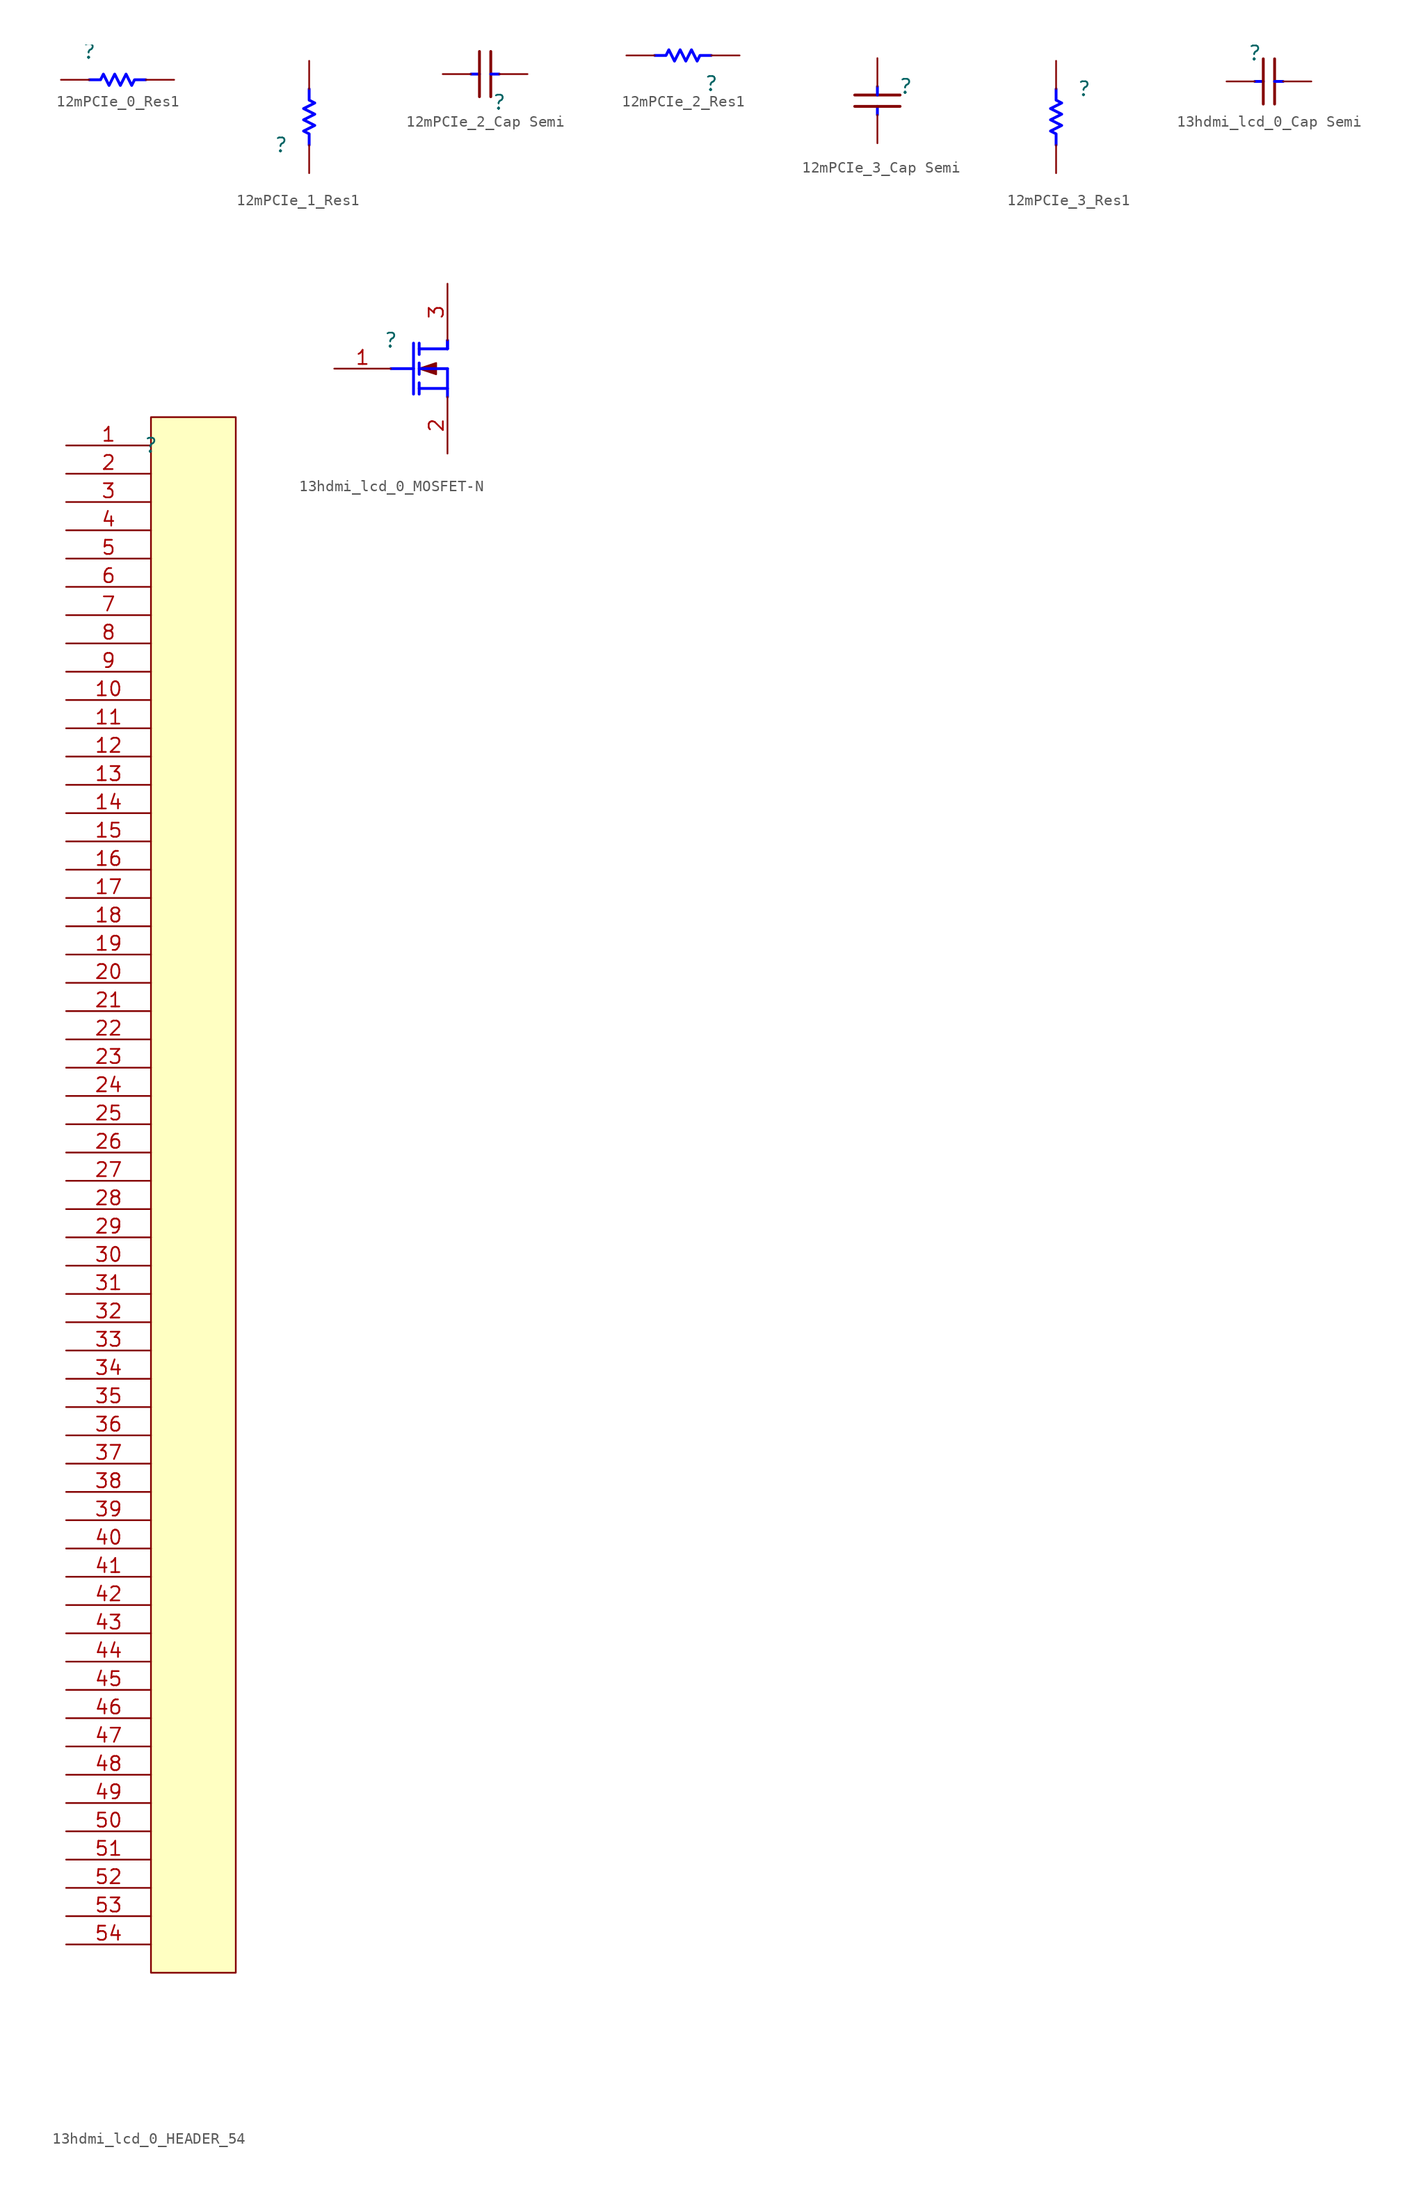
<source format=kicad_sym>
(kicad_symbol_lib
  (version 20220914)
  (generator kicad_symbol_editor)
  (symbol "12mPCIe_0_Res1"
    (property "Reference" ""
      (at 0 0 0)
      (effects (font (size 1.27 1.27))))
    (property "Value" ""
      (at 0 0 0)
      (effects (font (size 1.27 1.27))))
    (symbol "12mPCIe_0_Res1_1_0"
      (polyline (pts (xy 5.08 -2.54) (xy 4.064 -2.54) (xy 3.81 -3.048) (xy 3.302 -2.032) (xy 2.794 -3.048) (xy 2.286 -2.032) (xy 1.778 -3.048) (xy 1.27 -2.032) (xy 1.016 -2.54) (xy 0 -2.54)) (stroke (width 0.254) (type solid) (color 0 0 255 1)) (fill (type none)))
      (pin passive line (at -2.54 -2.54 0) (length 2.54) (name "1" (effects (font (size 0 0)))) (number "1" (effects (font (size 0 0)))))
      (pin passive line (at 7.62 -2.54 180) (length 2.54) (name "2" (effects (font (size 0 0)))) (number "2" (effects (font (size 0 0)))))))
  (symbol "12mPCIe_1_Res1"
    (property "Reference" ""
      (at 0 0 0)
      (effects (font (size 1.27 1.27))))
    (property "Value" ""
      (at 0 0 0)
      (effects (font (size 1.27 1.27))))
    (symbol "12mPCIe_1_Res1_1_0"
      (polyline (pts (xy 2.54 5.08) (xy 2.54 4.064) (xy 3.048 3.81) (xy 2.032 3.302) (xy 3.048 2.794) (xy 2.032 2.286) (xy 3.048 1.778) (xy 2.032 1.27) (xy 2.54 1.016) (xy 2.54 0)) (stroke (width 0.254) (type solid) (color 0 0 255 1)) (fill (type none)))
      (pin passive line (at 2.54 -2.54 90) (length 2.54) (name "1" (effects (font (size 0 0)))) (number "1" (effects (font (size 0 0)))))
      (pin passive line (at 2.54 7.62 270) (length 2.54) (name "2" (effects (font (size 0 0)))) (number "2" (effects (font (size 0 0)))))))
  (symbol "12mPCIe_2_Cap Semi"
    (property "Reference" ""
      (at 0 0 0)
      (effects (font (size 1.27 1.27))))
    (property "Value" ""
      (at 0 0 0)
      (effects (font (size 1.27 1.27))))
    (symbol "12mPCIe_2_Cap Semi_1_0"
      (polyline (pts (xy -2.54 2.54) (xy -1.778 2.54)) (stroke (width 0.254) (type solid) (color 0 0 255 1)) (fill (type none)))
      (polyline (pts (xy -1.778 0.508) (xy -1.778 4.572)) (stroke (width 0.254) (type solid)) (fill (type none)))
      (polyline (pts (xy -0.762 4.572) (xy -0.762 0.508)) (stroke (width 0.254) (type solid)) (fill (type none)))
      (polyline (pts (xy 0 2.54) (xy -0.762 2.54)) (stroke (width 0.254) (type solid) (color 0 0 255 1)) (fill (type none)))
      (pin passive line (at 2.54 2.54 180) (length 2.54) (name "1" (effects (font (size 0 0)))) (number "1" (effects (font (size 0 0)))))
      (pin passive line (at -5.08 2.54 0) (length 2.54) (name "2" (effects (font (size 0 0)))) (number "2" (effects (font (size 0 0)))))))
  (symbol "12mPCIe_2_Res1"
    (property "Reference" ""
      (at 0 0 0)
      (effects (font (size 1.27 1.27))))
    (property "Value" ""
      (at 0 0 0)
      (effects (font (size 1.27 1.27))))
    (symbol "12mPCIe_2_Res1_1_0"
      (polyline (pts (xy -5.08 2.54) (xy -4.064 2.54) (xy -3.81 3.048) (xy -3.302 2.032) (xy -2.794 3.048) (xy -2.286 2.032) (xy -1.778 3.048) (xy -1.27 2.032) (xy -1.016 2.54) (xy 0 2.54)) (stroke (width 0.254) (type solid) (color 0 0 255 1)) (fill (type none)))
      (pin passive line (at 2.54 2.54 180) (length 2.54) (name "1" (effects (font (size 0 0)))) (number "1" (effects (font (size 0 0)))))
      (pin passive line (at -7.62 2.54 0) (length 2.54) (name "2" (effects (font (size 0 0)))) (number "2" (effects (font (size 0 0)))))))
  (symbol "12mPCIe_3_Cap Semi"
    (property "Reference" ""
      (at 0 0 0)
      (effects (font (size 1.27 1.27))))
    (property "Value" ""
      (at 0 0 0)
      (effects (font (size 1.27 1.27))))
    (symbol "12mPCIe_3_Cap Semi_1_0"
      (polyline (pts (xy -4.572 -0.762) (xy -0.508 -0.762)) (stroke (width 0.254) (type solid)) (fill (type none)))
      (polyline (pts (xy -2.54 -2.54) (xy -2.54 -1.778)) (stroke (width 0.254) (type solid) (color 0 0 255 1)) (fill (type none)))
      (polyline (pts (xy -2.54 0) (xy -2.54 -0.762)) (stroke (width 0.254) (type solid) (color 0 0 255 1)) (fill (type none)))
      (polyline (pts (xy -0.508 -1.778) (xy -4.572 -1.778)) (stroke (width 0.254) (type solid)) (fill (type none)))
      (pin passive line (at -2.54 2.54 270) (length 2.54) (name "1" (effects (font (size 0 0)))) (number "1" (effects (font (size 0 0)))))
      (pin passive line (at -2.54 -5.08 90) (length 2.54) (name "2" (effects (font (size 0 0)))) (number "2" (effects (font (size 0 0)))))))
  (symbol "12mPCIe_3_Res1"
    (property "Reference" ""
      (at 0 0 0)
      (effects (font (size 1.27 1.27))))
    (property "Value" ""
      (at 0 0 0)
      (effects (font (size 1.27 1.27))))
    (symbol "12mPCIe_3_Res1_1_0"
      (polyline (pts (xy -2.54 -5.08) (xy -2.54 -4.064) (xy -3.048 -3.81) (xy -2.032 -3.302) (xy -3.048 -2.794) (xy -2.032 -2.286) (xy -3.048 -1.778) (xy -2.032 -1.27) (xy -2.54 -1.016) (xy -2.54 0)) (stroke (width 0.254) (type solid) (color 0 0 255 1)) (fill (type none)))
      (pin passive line (at -2.54 2.54 270) (length 2.54) (name "1" (effects (font (size 0 0)))) (number "1" (effects (font (size 0 0)))))
      (pin passive line (at -2.54 -7.62 90) (length 2.54) (name "2" (effects (font (size 0 0)))) (number "2" (effects (font (size 0 0)))))))
  (symbol "13hdmi_lcd_0_Cap Semi"
    (property "Reference" ""
      (at 0 0 0)
      (effects (font (size 1.27 1.27))))
    (property "Value" ""
      (at 0 0 0)
      (effects (font (size 1.27 1.27))))
    (symbol "13hdmi_lcd_0_Cap Semi_1_0"
      (polyline (pts (xy 0 -2.54) (xy 0.762 -2.54)) (stroke (width 0.254) (type solid) (color 0 0 255 1)) (fill (type none)))
      (polyline (pts (xy 0.762 -4.572) (xy 0.762 -0.508)) (stroke (width 0.254) (type solid)) (fill (type none)))
      (polyline (pts (xy 1.778 -0.508) (xy 1.778 -4.572)) (stroke (width 0.254) (type solid)) (fill (type none)))
      (polyline (pts (xy 2.54 -2.54) (xy 1.778 -2.54)) (stroke (width 0.254) (type solid) (color 0 0 255 1)) (fill (type none)))
      (pin passive line (at -2.54 -2.54 0) (length 2.54) (name "1" (effects (font (size 0 0)))) (number "1" (effects (font (size 0 0)))))
      (pin passive line (at 5.08 -2.54 180) (length 2.54) (name "2" (effects (font (size 0 0)))) (number "2" (effects (font (size 0 0)))))))
  (symbol "13hdmi_lcd_0_HEADER_54"
    (property "Reference" ""
      (at 0 0 0)
      (effects (font (size 1.27 1.27))))
    (property "Value" ""
      (at 0 0 0)
      (effects (font (size 1.27 1.27))))
    (symbol "13hdmi_lcd_0_HEADER_54_1_0"
      (rectangle (start 7.62 2.54) (end 0 -137.16) (stroke (width 0) (type solid)) (fill (type background)))
      (pin passive line (at -7.62 0 0) (length 7.62) (name "" (effects (font (size 1.27 1.27)))) (number "1" (effects (font (size 1.27 1.27)))))
      (pin passive line (at -7.62 -22.86 0) (length 7.62) (name "" (effects (font (size 1.27 1.27)))) (number "10" (effects (font (size 1.27 1.27)))))
      (pin passive line (at -7.62 -25.4 0) (length 7.62) (name "" (effects (font (size 1.27 1.27)))) (number "11" (effects (font (size 1.27 1.27)))))
      (pin passive line (at -7.62 -27.94 0) (length 7.62) (name "" (effects (font (size 1.27 1.27)))) (number "12" (effects (font (size 1.27 1.27)))))
      (pin passive line (at -7.62 -30.48 0) (length 7.62) (name "" (effects (font (size 1.27 1.27)))) (number "13" (effects (font (size 1.27 1.27)))))
      (pin passive line (at -7.62 -33.02 0) (length 7.62) (name "" (effects (font (size 1.27 1.27)))) (number "14" (effects (font (size 1.27 1.27)))))
      (pin passive line (at -7.62 -35.56 0) (length 7.62) (name "" (effects (font (size 1.27 1.27)))) (number "15" (effects (font (size 1.27 1.27)))))
      (pin passive line (at -7.62 -38.1 0) (length 7.62) (name "" (effects (font (size 1.27 1.27)))) (number "16" (effects (font (size 1.27 1.27)))))
      (pin passive line (at -7.62 -40.64 0) (length 7.62) (name "" (effects (font (size 1.27 1.27)))) (number "17" (effects (font (size 1.27 1.27)))))
      (pin passive line (at -7.62 -43.18 0) (length 7.62) (name "" (effects (font (size 1.27 1.27)))) (number "18" (effects (font (size 1.27 1.27)))))
      (pin passive line (at -7.62 -45.72 0) (length 7.62) (name "" (effects (font (size 1.27 1.27)))) (number "19" (effects (font (size 1.27 1.27)))))
      (pin passive line (at -7.62 -2.54 0) (length 7.62) (name "" (effects (font (size 1.27 1.27)))) (number "2" (effects (font (size 1.27 1.27)))))
      (pin passive line (at -7.62 -48.26 0) (length 7.62) (name "" (effects (font (size 1.27 1.27)))) (number "20" (effects (font (size 1.27 1.27)))))
      (pin passive line (at -7.62 -50.8 0) (length 7.62) (name "" (effects (font (size 1.27 1.27)))) (number "21" (effects (font (size 1.27 1.27)))))
      (pin passive line (at -7.62 -53.34 0) (length 7.62) (name "" (effects (font (size 1.27 1.27)))) (number "22" (effects (font (size 1.27 1.27)))))
      (pin passive line (at -7.62 -55.88 0) (length 7.62) (name "" (effects (font (size 1.27 1.27)))) (number "23" (effects (font (size 1.27 1.27)))))
      (pin passive line (at -7.62 -58.42 0) (length 7.62) (name "" (effects (font (size 1.27 1.27)))) (number "24" (effects (font (size 1.27 1.27)))))
      (pin passive line (at -7.62 -60.96 0) (length 7.62) (name "" (effects (font (size 1.27 1.27)))) (number "25" (effects (font (size 1.27 1.27)))))
      (pin passive line (at -7.62 -63.5 0) (length 7.62) (name "" (effects (font (size 1.27 1.27)))) (number "26" (effects (font (size 1.27 1.27)))))
      (pin passive line (at -7.62 -66.04 0) (length 7.62) (name "" (effects (font (size 1.27 1.27)))) (number "27" (effects (font (size 1.27 1.27)))))
      (pin passive line (at -7.62 -68.58 0) (length 7.62) (name "" (effects (font (size 1.27 1.27)))) (number "28" (effects (font (size 1.27 1.27)))))
      (pin passive line (at -7.62 -71.12 0) (length 7.62) (name "" (effects (font (size 1.27 1.27)))) (number "29" (effects (font (size 1.27 1.27)))))
      (pin passive line (at -7.62 -5.08 0) (length 7.62) (name "" (effects (font (size 1.27 1.27)))) (number "3" (effects (font (size 1.27 1.27)))))
      (pin passive line (at -7.62 -73.66 0) (length 7.62) (name "" (effects (font (size 1.27 1.27)))) (number "30" (effects (font (size 1.27 1.27)))))
      (pin passive line (at -7.62 -76.2 0) (length 7.62) (name "" (effects (font (size 1.27 1.27)))) (number "31" (effects (font (size 1.27 1.27)))))
      (pin passive line (at -7.62 -78.74 0) (length 7.62) (name "" (effects (font (size 1.27 1.27)))) (number "32" (effects (font (size 1.27 1.27)))))
      (pin passive line (at -7.62 -81.28 0) (length 7.62) (name "" (effects (font (size 1.27 1.27)))) (number "33" (effects (font (size 1.27 1.27)))))
      (pin passive line (at -7.62 -83.82 0) (length 7.62) (name "" (effects (font (size 1.27 1.27)))) (number "34" (effects (font (size 1.27 1.27)))))
      (pin passive line (at -7.62 -86.36 0) (length 7.62) (name "" (effects (font (size 1.27 1.27)))) (number "35" (effects (font (size 1.27 1.27)))))
      (pin passive line (at -7.62 -88.9 0) (length 7.62) (name "" (effects (font (size 1.27 1.27)))) (number "36" (effects (font (size 1.27 1.27)))))
      (pin passive line (at -7.62 -91.44 0) (length 7.62) (name "" (effects (font (size 1.27 1.27)))) (number "37" (effects (font (size 1.27 1.27)))))
      (pin passive line (at -7.62 -93.98 0) (length 7.62) (name "" (effects (font (size 1.27 1.27)))) (number "38" (effects (font (size 1.27 1.27)))))
      (pin passive line (at -7.62 -96.52 0) (length 7.62) (name "" (effects (font (size 1.27 1.27)))) (number "39" (effects (font (size 1.27 1.27)))))
      (pin passive line (at -7.62 -7.62 0) (length 7.62) (name "" (effects (font (size 1.27 1.27)))) (number "4" (effects (font (size 1.27 1.27)))))
      (pin passive line (at -7.62 -99.06 0) (length 7.62) (name "" (effects (font (size 1.27 1.27)))) (number "40" (effects (font (size 1.27 1.27)))))
      (pin passive line (at -7.62 -101.6 0) (length 7.62) (name "" (effects (font (size 1.27 1.27)))) (number "41" (effects (font (size 1.27 1.27)))))
      (pin passive line (at -7.62 -104.14 0) (length 7.62) (name "" (effects (font (size 1.27 1.27)))) (number "42" (effects (font (size 1.27 1.27)))))
      (pin passive line (at -7.62 -106.68 0) (length 7.62) (name "" (effects (font (size 1.27 1.27)))) (number "43" (effects (font (size 1.27 1.27)))))
      (pin passive line (at -7.62 -109.22 0) (length 7.62) (name "" (effects (font (size 1.27 1.27)))) (number "44" (effects (font (size 1.27 1.27)))))
      (pin passive line (at -7.62 -111.76 0) (length 7.62) (name "" (effects (font (size 1.27 1.27)))) (number "45" (effects (font (size 1.27 1.27)))))
      (pin passive line (at -7.62 -114.3 0) (length 7.62) (name "" (effects (font (size 1.27 1.27)))) (number "46" (effects (font (size 1.27 1.27)))))
      (pin passive line (at -7.62 -116.84 0) (length 7.62) (name "" (effects (font (size 1.27 1.27)))) (number "47" (effects (font (size 1.27 1.27)))))
      (pin passive line (at -7.62 -119.38 0) (length 7.62) (name "" (effects (font (size 1.27 1.27)))) (number "48" (effects (font (size 1.27 1.27)))))
      (pin passive line (at -7.62 -121.92 0) (length 7.62) (name "" (effects (font (size 1.27 1.27)))) (number "49" (effects (font (size 1.27 1.27)))))
      (pin passive line (at -7.62 -10.16 0) (length 7.62) (name "" (effects (font (size 1.27 1.27)))) (number "5" (effects (font (size 1.27 1.27)))))
      (pin passive line (at -7.62 -124.46 0) (length 7.62) (name "" (effects (font (size 1.27 1.27)))) (number "50" (effects (font (size 1.27 1.27)))))
      (pin passive line (at -7.62 -127 0) (length 7.62) (name "" (effects (font (size 1.27 1.27)))) (number "51" (effects (font (size 1.27 1.27)))))
      (pin passive line (at -7.62 -129.54 0) (length 7.62) (name "" (effects (font (size 1.27 1.27)))) (number "52" (effects (font (size 1.27 1.27)))))
      (pin passive line (at -7.62 -132.08 0) (length 7.62) (name "" (effects (font (size 1.27 1.27)))) (number "53" (effects (font (size 1.27 1.27)))))
      (pin passive line (at -7.62 -134.62 0) (length 7.62) (name "" (effects (font (size 1.27 1.27)))) (number "54" (effects (font (size 1.27 1.27)))))
      (pin passive line (at -7.62 -12.7 0) (length 7.62) (name "" (effects (font (size 1.27 1.27)))) (number "6" (effects (font (size 1.27 1.27)))))
      (pin passive line (at -7.62 -15.24 0) (length 7.62) (name "" (effects (font (size 1.27 1.27)))) (number "7" (effects (font (size 1.27 1.27)))))
      (pin passive line (at -7.62 -17.78 0) (length 7.62) (name "" (effects (font (size 1.27 1.27)))) (number "8" (effects (font (size 1.27 1.27)))))
      (pin passive line (at -7.62 -20.32 0) (length 7.62) (name "" (effects (font (size 1.27 1.27)))) (number "9" (effects (font (size 1.27 1.27)))))))
  (symbol "13hdmi_lcd_0_MOSFET-N"
    (property "Reference" ""
      (at 0 0 0)
      (effects (font (size 1.27 1.27))))
    (property "Value" ""
      (at 0 0 0)
      (effects (font (size 1.27 1.27))))
    (symbol "13hdmi_lcd_0_MOSFET-N_1_0"
      (polyline (pts (xy 0 -2.54) (xy 2.032 -2.54)) (stroke (width 0.254) (type solid) (color 0 0 255 1)) (fill (type none)))
      (polyline (pts (xy 2.032 -0.254) (xy 2.032 -4.826)) (stroke (width 0.254) (type solid) (color 0 0 255 1)) (fill (type none)))
      (polyline (pts (xy 2.54 -4.826) (xy 2.54 -3.81)) (stroke (width 0.254) (type solid) (color 0 0 255 1)) (fill (type none)))
      (polyline (pts (xy 2.54 -3.048) (xy 2.54 -2.032)) (stroke (width 0.254) (type solid) (color 0 0 255 1)) (fill (type none)))
      (polyline (pts (xy 2.54 -0.254) (xy 2.54 -1.27)) (stroke (width 0.254) (type solid) (color 0 0 255 1)) (fill (type none)))
      (polyline (pts (xy 5.08 -4.318) (xy 2.54 -4.318)) (stroke (width 0.254) (type solid) (color 0 0 255 1)) (fill (type none)))
      (polyline (pts (xy 5.08 -2.54) (xy 2.54 -2.54)) (stroke (width 0.254) (type solid) (color 0 0 255 1)) (fill (type none)))
      (polyline (pts (xy 5.08 -2.54) (xy 5.08 -5.08)) (stroke (width 0.254) (type solid) (color 0 0 255 1)) (fill (type none)))
      (polyline (pts (xy 5.08 -0.762) (xy 2.54 -0.762)) (stroke (width 0.254) (type solid) (color 0 0 255 1)) (fill (type none)))
      (polyline (pts (xy 5.08 -0.762) (xy 5.08 0)) (stroke (width 0.254) (type solid) (color 0 0 255 1)) (fill (type none)))
      (polyline (pts (xy 5.08 -0.762) (xy 5.08 0)) (stroke (width 0.254) (type solid) (color 0 0 255 1)) (fill (type none)))
      (polyline (pts (xy 2.54 -2.54) (xy 4.064 -3.048) (xy 4.064 -2.032) (xy 2.54 -2.54)) (stroke (width 0) (type solid)) (fill (type outline)))
      (pin passive line (at -5.08 -2.54 0) (length 5.08) (name "G" (effects (font (size 0 0)))) (number "1" (effects (font (size 1.27 1.27)))))
      (pin passive line (at 5.08 -10.16 90) (length 5.08) (name "S" (effects (font (size 0 0)))) (number "2" (effects (font (size 1.27 1.27)))))
      (pin passive line (at 5.08 5.08 270) (length 5.08) (name "D" (effects (font (size 0 0)))) (number "3" (effects (font (size 1.27 1.27))))))))
</source>
